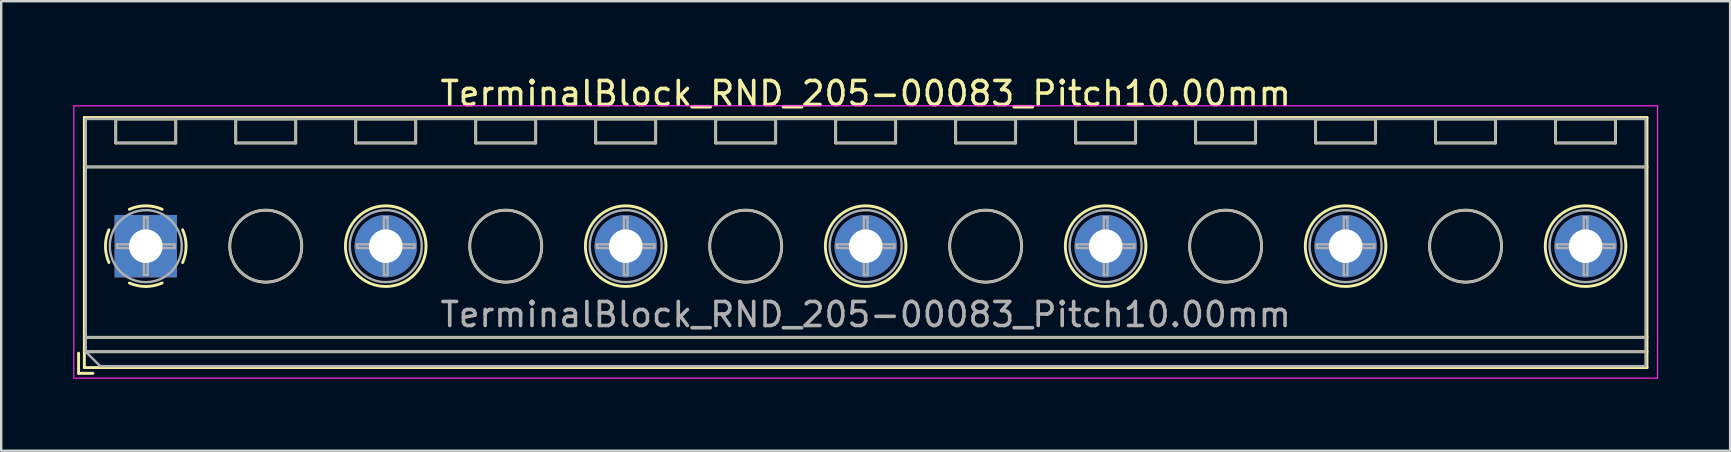
<source format=kicad_pcb>
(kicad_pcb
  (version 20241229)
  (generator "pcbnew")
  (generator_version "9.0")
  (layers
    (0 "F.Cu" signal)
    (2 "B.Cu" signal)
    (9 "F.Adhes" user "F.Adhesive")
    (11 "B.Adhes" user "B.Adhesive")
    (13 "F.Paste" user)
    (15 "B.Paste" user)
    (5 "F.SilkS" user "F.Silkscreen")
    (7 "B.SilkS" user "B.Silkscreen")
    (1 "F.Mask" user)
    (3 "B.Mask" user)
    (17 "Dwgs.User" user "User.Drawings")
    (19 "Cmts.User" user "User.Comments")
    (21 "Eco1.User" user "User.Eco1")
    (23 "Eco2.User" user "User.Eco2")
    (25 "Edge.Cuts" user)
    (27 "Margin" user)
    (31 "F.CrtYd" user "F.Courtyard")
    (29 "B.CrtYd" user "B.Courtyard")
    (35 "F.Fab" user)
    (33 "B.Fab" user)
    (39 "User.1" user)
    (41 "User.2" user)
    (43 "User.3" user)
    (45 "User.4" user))
  (footprint "TerminalBlock_RND_205-00083_Pitch10.00mm"
    (layer "F.Cu")
    (at 3.025 7.208)
    (property "Reference" "TerminalBlock_RND_205-00083_Pitch10.00mm" (at 30 -6.36 0) (layer "F.SilkS") (effects (font (size 1 1) (thickness 0.15))))
    (attr through_hole)
    (fp_line (start -2.8 4.46) (end -2.8 5.3) (stroke (width 0.12) (type solid)) (layer "F.SilkS"))
    (fp_line (start -2.8 5.3) (end -2.2 5.3) (stroke (width 0.12) (type solid)) (layer "F.SilkS"))
    (fp_line (start -2.56 -5.36) (end -2.56 5.06) (stroke (width 0.12) (type solid)) (layer "F.SilkS"))
    (fp_line (start -2.56 -3.3) (end 62.56 -3.3) (stroke (width 0.12) (type solid)) (layer "F.SilkS"))
    (fp_line (start -2.56 3.8) (end 62.56 3.8) (stroke (width 0.12) (type solid)) (layer "F.SilkS"))
    (fp_line (start -2.56 4.4) (end 62.56 4.4) (stroke (width 0.12) (type solid)) (layer "F.SilkS"))
    (fp_line (start -2.56 5.06) (end 62.56 5.06) (stroke (width 0.12) (type solid)) (layer "F.SilkS"))
    (fp_line (start -1.25 -5.301) (end -1.25 -4.301) (stroke (width 0.12) (type solid)) (layer "F.SilkS"))
    (fp_line (start -1.25 -5.301) (end 1.25 -5.301) (stroke (width 0.12) (type solid)) (layer "F.SilkS"))
    (fp_line (start -1.25 -4.301) (end 1.25 -4.301) (stroke (width 0.12) (type solid)) (layer "F.SilkS"))
    (fp_line (start 1.25 -5.301) (end 1.25 -4.301) (stroke (width 0.12) (type solid)) (layer "F.SilkS"))
    (fp_line (start 3.75 -5.301) (end 3.75 -4.301) (stroke (width 0.12) (type solid)) (layer "F.SilkS"))
    (fp_line (start 3.75 -5.301) (end 6.25 -5.301) (stroke (width 0.12) (type solid)) (layer "F.SilkS"))
    (fp_line (start 3.75 -4.301) (end 6.25 -4.301) (stroke (width 0.12) (type solid)) (layer "F.SilkS"))
    (fp_line (start 6.25 -5.301) (end 6.25 -4.301) (stroke (width 0.12) (type solid)) (layer "F.SilkS"))
    (fp_line (start 8.75 -5.301) (end 8.75 -4.301) (stroke (width 0.12) (type solid)) (layer "F.SilkS"))
    (fp_line (start 8.75 -5.301) (end 11.25 -5.301) (stroke (width 0.12) (type solid)) (layer "F.SilkS"))
    (fp_line (start 8.75 -4.301) (end 11.25 -4.301) (stroke (width 0.12) (type solid)) (layer "F.SilkS"))
    (fp_line (start 11.25 -5.301) (end 11.25 -4.301) (stroke (width 0.12) (type solid)) (layer "F.SilkS"))
    (fp_line (start 13.75 -5.301) (end 13.75 -4.301) (stroke (width 0.12) (type solid)) (layer "F.SilkS"))
    (fp_line (start 13.75 -5.301) (end 16.25 -5.301) (stroke (width 0.12) (type solid)) (layer "F.SilkS"))
    (fp_line (start 13.75 -4.301) (end 16.25 -4.301) (stroke (width 0.12) (type solid)) (layer "F.SilkS"))
    (fp_line (start 16.25 -5.301) (end 16.25 -4.301) (stroke (width 0.12) (type solid)) (layer "F.SilkS"))
    (fp_line (start 18.75 -5.301) (end 18.75 -4.301) (stroke (width 0.12) (type solid)) (layer "F.SilkS"))
    (fp_line (start 18.75 -5.301) (end 21.25 -5.301) (stroke (width 0.12) (type solid)) (layer "F.SilkS"))
    (fp_line (start 18.75 -4.301) (end 21.25 -4.301) (stroke (width 0.12) (type solid)) (layer "F.SilkS"))
    (fp_line (start 21.25 -5.301) (end 21.25 -4.301) (stroke (width 0.12) (type solid)) (layer "F.SilkS"))
    (fp_line (start 23.75 -5.301) (end 23.75 -4.301) (stroke (width 0.12) (type solid)) (layer "F.SilkS"))
    (fp_line (start 23.75 -5.301) (end 26.25 -5.301) (stroke (width 0.12) (type solid)) (layer "F.SilkS"))
    (fp_line (start 23.75 -4.301) (end 26.25 -4.301) (stroke (width 0.12) (type solid)) (layer "F.SilkS"))
    (fp_line (start 26.25 -5.301) (end 26.25 -4.301) (stroke (width 0.12) (type solid)) (layer "F.SilkS"))
    (fp_line (start 28.75 -5.301) (end 28.75 -4.301) (stroke (width 0.12) (type solid)) (layer "F.SilkS"))
    (fp_line (start 28.75 -5.301) (end 31.25 -5.301) (stroke (width 0.12) (type solid)) (layer "F.SilkS"))
    (fp_line (start 28.75 -4.301) (end 31.25 -4.301) (stroke (width 0.12) (type solid)) (layer "F.SilkS"))
    (fp_line (start 31.25 -5.301) (end 31.25 -4.301) (stroke (width 0.12) (type solid)) (layer "F.SilkS"))
    (fp_line (start 33.75 -5.301) (end 33.75 -4.301) (stroke (width 0.12) (type solid)) (layer "F.SilkS"))
    (fp_line (start 33.75 -5.301) (end 36.25 -5.301) (stroke (width 0.12) (type solid)) (layer "F.SilkS"))
    (fp_line (start 33.75 -4.301) (end 36.25 -4.301) (stroke (width 0.12) (type solid)) (layer "F.SilkS"))
    (fp_line (start 36.25 -5.301) (end 36.25 -4.301) (stroke (width 0.12) (type solid)) (layer "F.SilkS"))
    (fp_line (start 38.75 -5.301) (end 38.75 -4.301) (stroke (width 0.12) (type solid)) (layer "F.SilkS"))
    (fp_line (start 38.75 -5.301) (end 41.25 -5.301) (stroke (width 0.12) (type solid)) (layer "F.SilkS"))
    (fp_line (start 38.75 -4.301) (end 41.25 -4.301) (stroke (width 0.12) (type solid)) (layer "F.SilkS"))
    (fp_line (start 41.25 -5.301) (end 41.25 -4.301) (stroke (width 0.12) (type solid)) (layer "F.SilkS"))
    (fp_line (start 43.75 -5.301) (end 43.75 -4.301) (stroke (width 0.12) (type solid)) (layer "F.SilkS"))
    (fp_line (start 43.75 -5.301) (end 46.25 -5.301) (stroke (width 0.12) (type solid)) (layer "F.SilkS"))
    (fp_line (start 43.75 -4.301) (end 46.25 -4.301) (stroke (width 0.12) (type solid)) (layer "F.SilkS"))
    (fp_line (start 46.25 -5.301) (end 46.25 -4.301) (stroke (width 0.12) (type solid)) (layer "F.SilkS"))
    (fp_line (start 48.75 -5.301) (end 48.75 -4.301) (stroke (width 0.12) (type solid)) (layer "F.SilkS"))
    (fp_line (start 48.75 -5.301) (end 51.25 -5.301) (stroke (width 0.12) (type solid)) (layer "F.SilkS"))
    (fp_line (start 48.75 -4.301) (end 51.25 -4.301) (stroke (width 0.12) (type solid)) (layer "F.SilkS"))
    (fp_line (start 51.25 -5.301) (end 51.25 -4.301) (stroke (width 0.12) (type solid)) (layer "F.SilkS"))
    (fp_line (start 53.75 -5.301) (end 53.75 -4.301) (stroke (width 0.12) (type solid)) (layer "F.SilkS"))
    (fp_line (start 53.75 -5.301) (end 56.25 -5.301) (stroke (width 0.12) (type solid)) (layer "F.SilkS"))
    (fp_line (start 53.75 -4.301) (end 56.25 -4.301) (stroke (width 0.12) (type solid)) (layer "F.SilkS"))
    (fp_line (start 56.25 -5.301) (end 56.25 -4.301) (stroke (width 0.12) (type solid)) (layer "F.SilkS"))
    (fp_line (start 58.75 -5.301) (end 58.75 -4.301) (stroke (width 0.12) (type solid)) (layer "F.SilkS"))
    (fp_line (start 58.75 -5.301) (end 61.25 -5.301) (stroke (width 0.12) (type solid)) (layer "F.SilkS"))
    (fp_line (start 58.75 -4.301) (end 61.25 -4.301) (stroke (width 0.12) (type solid)) (layer "F.SilkS"))
    (fp_line (start 61.25 -5.301) (end 61.25 -4.301) (stroke (width 0.12) (type solid)) (layer "F.SilkS"))
    (fp_line (start 62.56 -5.36) (end -2.56 -5.36) (stroke (width 0.12) (type solid)) (layer "F.SilkS"))
    (fp_line (start 62.56 5.06) (end 62.56 -5.36) (stroke (width 0.12) (type solid)) (layer "F.SilkS"))
    (fp_arc (start -1.535427 0.683042) (mid -1.680501 -0.000524) (end -1.535 -0.684) (stroke (width 0.12) (type solid)) (layer "F.SilkS"))
    (fp_arc (start -0.683042 -1.535427) (mid 0.000524 -1.680501) (end 0.684 -1.535) (stroke (width 0.12) (type solid)) (layer "F.SilkS"))
    (fp_arc (start 0.028805 1.680253) (mid -0.335551 1.646659) (end -0.684 1.535) (stroke (width 0.12) (type solid)) (layer "F.SilkS"))
    (fp_arc (start 0.683318 1.534756) (mid 0.349292 1.643288) (end 0 1.68) (stroke (width 0.12) (type solid)) (layer "F.SilkS"))
    (fp_arc (start 1.535427 -0.683042) (mid 1.680501 0.000524) (end 1.535 0.684) (stroke (width 0.12) (type solid)) (layer "F.SilkS"))
    (fp_circle (center 5 0) (end 6.5 0) (stroke (width 0.12) (type solid)) (fill no) (layer "F.SilkS"))
    (fp_circle (center 10 0) (end 11.68 0) (stroke (width 0.12) (type solid)) (fill no) (layer "F.SilkS"))
    (fp_circle (center 15 0) (end 16.5 0) (stroke (width 0.12) (type solid)) (fill no) (layer "F.SilkS"))
    (fp_circle (center 20 0) (end 21.68 0) (stroke (width 0.12) (type solid)) (fill no) (layer "F.SilkS"))
    (fp_circle (center 25 0) (end 26.5 0) (stroke (width 0.12) (type solid)) (fill no) (layer "F.SilkS"))
    (fp_circle (center 30 0) (end 31.68 0) (stroke (width 0.12) (type solid)) (fill no) (layer "F.SilkS"))
    (fp_circle (center 35 0) (end 36.5 0) (stroke (width 0.12) (type solid)) (fill no) (layer "F.SilkS"))
    (fp_circle (center 40 0) (end 41.68 0) (stroke (width 0.12) (type solid)) (fill no) (layer "F.SilkS"))
    (fp_circle (center 45 0) (end 46.5 0) (stroke (width 0.12) (type solid)) (fill no) (layer "F.SilkS"))
    (fp_circle (center 50 0) (end 51.68 0) (stroke (width 0.12) (type solid)) (fill no) (layer "F.SilkS"))
    (fp_circle (center 55 0) (end 56.5 0) (stroke (width 0.12) (type solid)) (fill no) (layer "F.SilkS"))
    (fp_circle (center 60 0) (end 61.68 0) (stroke (width 0.12) (type solid)) (fill no) (layer "F.SilkS"))
    (fp_line (start -3 -5.85) (end -3 5.5) (stroke (width 0.05) (type solid)) (layer "F.CrtYd"))
    (fp_line (start -3 5.5) (end 63 5.5) (stroke (width 0.05) (type solid)) (layer "F.CrtYd"))
    (fp_line (start 63 -5.85) (end -3 -5.85) (stroke (width 0.05) (type solid)) (layer "F.CrtYd"))
    (fp_line (start 63 5.5) (end 63 -5.85) (stroke (width 0.05) (type solid)) (layer "F.CrtYd"))
    (fp_line (start -2.5 -5.3) (end 62.5 -5.3) (stroke (width 0.1) (type solid)) (layer "F.Fab"))
    (fp_line (start -2.5 -3.3) (end 62.5 -3.3) (stroke (width 0.1) (type solid)) (layer "F.Fab"))
    (fp_line (start -2.5 3.8) (end 62.5 3.8) (stroke (width 0.1) (type solid)) (layer "F.Fab"))
    (fp_line (start -2.5 4.4) (end -2.5 -5.3) (stroke (width 0.1) (type solid)) (layer "F.Fab"))
    (fp_line (start -2.5 4.4) (end 62.5 4.4) (stroke (width 0.1) (type solid)) (layer "F.Fab"))
    (fp_line (start -1.9 5) (end -2.5 4.4) (stroke (width 0.1) (type solid)) (layer "F.Fab"))
    (fp_line (start -1.25 -5.3) (end -1.25 -4.3) (stroke (width 0.1) (type solid)) (layer "F.Fab"))
    (fp_line (start -1.25 -4.3) (end 1.25 -4.3) (stroke (width 0.1) (type solid)) (layer "F.Fab"))
    (fp_line (start -1.201 -0.076) (end -0.076 -0.076) (stroke (width 0.1) (type solid)) (layer "F.Fab"))
    (fp_line (start -1.201 0.076) (end -1.201 -0.076) (stroke (width 0.1) (type solid)) (layer "F.Fab"))
    (fp_line (start -0.076 -1.201) (end 0.076 -1.201) (stroke (width 0.1) (type solid)) (layer "F.Fab"))
    (fp_line (start -0.076 -0.076) (end -0.076 -1.201) (stroke (width 0.1) (type solid)) (layer "F.Fab"))
    (fp_line (start -0.076 0.076) (end -1.201 0.076) (stroke (width 0.1) (type solid)) (layer "F.Fab"))
    (fp_line (start -0.076 1.201) (end -0.076 0.076) (stroke (width 0.1) (type solid)) (layer "F.Fab"))
    (fp_line (start 0.076 -1.201) (end 0.076 -0.076) (stroke (width 0.1) (type solid)) (layer "F.Fab"))
    (fp_line (start 0.076 -0.076) (end 1.201 -0.076) (stroke (width 0.1) (type solid)) (layer "F.Fab"))
    (fp_line (start 0.076 0.076) (end 0.076 1.201) (stroke (width 0.1) (type solid)) (layer "F.Fab"))
    (fp_line (start 0.076 1.201) (end -0.076 1.201) (stroke (width 0.1) (type solid)) (layer "F.Fab"))
    (fp_line (start 1.201 -0.076) (end 1.201 0.076) (stroke (width 0.1) (type solid)) (layer "F.Fab"))
    (fp_line (start 1.201 0.076) (end 0.076 0.076) (stroke (width 0.1) (type solid)) (layer "F.Fab"))
    (fp_line (start 1.25 -5.3) (end -1.25 -5.3) (stroke (width 0.1) (type solid)) (layer "F.Fab"))
    (fp_line (start 1.25 -4.3) (end 1.25 -5.3) (stroke (width 0.1) (type solid)) (layer "F.Fab"))
    (fp_line (start 3.75 -5.3) (end 3.75 -4.3) (stroke (width 0.1) (type solid)) (layer "F.Fab"))
    (fp_line (start 3.75 -4.3) (end 6.25 -4.3) (stroke (width 0.1) (type solid)) (layer "F.Fab"))
    (fp_line (start 6.25 -5.3) (end 3.75 -5.3) (stroke (width 0.1) (type solid)) (layer "F.Fab"))
    (fp_line (start 6.25 -4.3) (end 6.25 -5.3) (stroke (width 0.1) (type solid)) (layer "F.Fab"))
    (fp_line (start 8.75 -5.3) (end 8.75 -4.3) (stroke (width 0.1) (type solid)) (layer "F.Fab"))
    (fp_line (start 8.75 -4.3) (end 11.25 -4.3) (stroke (width 0.1) (type solid)) (layer "F.Fab"))
    (fp_line (start 8.799 -0.076) (end 9.924 -0.076) (stroke (width 0.1) (type solid)) (layer "F.Fab"))
    (fp_line (start 8.799 0.076) (end 8.799 -0.076) (stroke (width 0.1) (type solid)) (layer "F.Fab"))
    (fp_line (start 9.924 -1.201) (end 10.076 -1.201) (stroke (width 0.1) (type solid)) (layer "F.Fab"))
    (fp_line (start 9.924 -0.076) (end 9.924 -1.201) (stroke (width 0.1) (type solid)) (layer "F.Fab"))
    (fp_line (start 9.924 0.076) (end 8.799 0.076) (stroke (width 0.1) (type solid)) (layer "F.Fab"))
    (fp_line (start 9.924 1.201) (end 9.924 0.076) (stroke (width 0.1) (type solid)) (layer "F.Fab"))
    (fp_line (start 10.076 -1.201) (end 10.076 -0.076) (stroke (width 0.1) (type solid)) (layer "F.Fab"))
    (fp_line (start 10.076 -0.076) (end 11.201 -0.076) (stroke (width 0.1) (type solid)) (layer "F.Fab"))
    (fp_line (start 10.076 0.076) (end 10.076 1.201) (stroke (width 0.1) (type solid)) (layer "F.Fab"))
    (fp_line (start 10.076 1.201) (end 9.924 1.201) (stroke (width 0.1) (type solid)) (layer "F.Fab"))
    (fp_line (start 11.201 -0.076) (end 11.201 0.076) (stroke (width 0.1) (type solid)) (layer "F.Fab"))
    (fp_line (start 11.201 0.076) (end 10.076 0.076) (stroke (width 0.1) (type solid)) (layer "F.Fab"))
    (fp_line (start 11.25 -5.3) (end 8.75 -5.3) (stroke (width 0.1) (type solid)) (layer "F.Fab"))
    (fp_line (start 11.25 -4.3) (end 11.25 -5.3) (stroke (width 0.1) (type solid)) (layer "F.Fab"))
    (fp_line (start 13.75 -5.3) (end 13.75 -4.3) (stroke (width 0.1) (type solid)) (layer "F.Fab"))
    (fp_line (start 13.75 -4.3) (end 16.25 -4.3) (stroke (width 0.1) (type solid)) (layer "F.Fab"))
    (fp_line (start 16.25 -5.3) (end 13.75 -5.3) (stroke (width 0.1) (type solid)) (layer "F.Fab"))
    (fp_line (start 16.25 -4.3) (end 16.25 -5.3) (stroke (width 0.1) (type solid)) (layer "F.Fab"))
    (fp_line (start 18.75 -5.3) (end 18.75 -4.3) (stroke (width 0.1) (type solid)) (layer "F.Fab"))
    (fp_line (start 18.75 -4.3) (end 21.25 -4.3) (stroke (width 0.1) (type solid)) (layer "F.Fab"))
    (fp_line (start 18.799 -0.076) (end 19.924 -0.076) (stroke (width 0.1) (type solid)) (layer "F.Fab"))
    (fp_line (start 18.799 0.076) (end 18.799 -0.076) (stroke (width 0.1) (type solid)) (layer "F.Fab"))
    (fp_line (start 19.924 -1.201) (end 20.076 -1.201) (stroke (width 0.1) (type solid)) (layer "F.Fab"))
    (fp_line (start 19.924 -0.076) (end 19.924 -1.201) (stroke (width 0.1) (type solid)) (layer "F.Fab"))
    (fp_line (start 19.924 0.076) (end 18.799 0.076) (stroke (width 0.1) (type solid)) (layer "F.Fab"))
    (fp_line (start 19.924 1.201) (end 19.924 0.076) (stroke (width 0.1) (type solid)) (layer "F.Fab"))
    (fp_line (start 20.076 -1.201) (end 20.076 -0.076) (stroke (width 0.1) (type solid)) (layer "F.Fab"))
    (fp_line (start 20.076 -0.076) (end 21.201 -0.076) (stroke (width 0.1) (type solid)) (layer "F.Fab"))
    (fp_line (start 20.076 0.076) (end 20.076 1.201) (stroke (width 0.1) (type solid)) (layer "F.Fab"))
    (fp_line (start 20.076 1.201) (end 19.924 1.201) (stroke (width 0.1) (type solid)) (layer "F.Fab"))
    (fp_line (start 21.201 -0.076) (end 21.201 0.076) (stroke (width 0.1) (type solid)) (layer "F.Fab"))
    (fp_line (start 21.201 0.076) (end 20.076 0.076) (stroke (width 0.1) (type solid)) (layer "F.Fab"))
    (fp_line (start 21.25 -5.3) (end 18.75 -5.3) (stroke (width 0.1) (type solid)) (layer "F.Fab"))
    (fp_line (start 21.25 -4.3) (end 21.25 -5.3) (stroke (width 0.1) (type solid)) (layer "F.Fab"))
    (fp_line (start 23.75 -5.3) (end 23.75 -4.3) (stroke (width 0.1) (type solid)) (layer "F.Fab"))
    (fp_line (start 23.75 -4.3) (end 26.25 -4.3) (stroke (width 0.1) (type solid)) (layer "F.Fab"))
    (fp_line (start 26.25 -5.3) (end 23.75 -5.3) (stroke (width 0.1) (type solid)) (layer "F.Fab"))
    (fp_line (start 26.25 -4.3) (end 26.25 -5.3) (stroke (width 0.1) (type solid)) (layer "F.Fab"))
    (fp_line (start 28.75 -5.3) (end 28.75 -4.3) (stroke (width 0.1) (type solid)) (layer "F.Fab"))
    (fp_line (start 28.75 -4.3) (end 31.25 -4.3) (stroke (width 0.1) (type solid)) (layer "F.Fab"))
    (fp_line (start 28.799 -0.076) (end 29.924 -0.076) (stroke (width 0.1) (type solid)) (layer "F.Fab"))
    (fp_line (start 28.799 0.076) (end 28.799 -0.076) (stroke (width 0.1) (type solid)) (layer "F.Fab"))
    (fp_line (start 29.924 -1.201) (end 30.076 -1.201) (stroke (width 0.1) (type solid)) (layer "F.Fab"))
    (fp_line (start 29.924 -0.076) (end 29.924 -1.201) (stroke (width 0.1) (type solid)) (layer "F.Fab"))
    (fp_line (start 29.924 0.076) (end 28.799 0.076) (stroke (width 0.1) (type solid)) (layer "F.Fab"))
    (fp_line (start 29.924 1.201) (end 29.924 0.076) (stroke (width 0.1) (type solid)) (layer "F.Fab"))
    (fp_line (start 30.076 -1.201) (end 30.076 -0.076) (stroke (width 0.1) (type solid)) (layer "F.Fab"))
    (fp_line (start 30.076 -0.076) (end 31.201 -0.076) (stroke (width 0.1) (type solid)) (layer "F.Fab"))
    (fp_line (start 30.076 0.076) (end 30.076 1.201) (stroke (width 0.1) (type solid)) (layer "F.Fab"))
    (fp_line (start 30.076 1.201) (end 29.924 1.201) (stroke (width 0.1) (type solid)) (layer "F.Fab"))
    (fp_line (start 31.201 -0.076) (end 31.201 0.076) (stroke (width 0.1) (type solid)) (layer "F.Fab"))
    (fp_line (start 31.201 0.076) (end 30.076 0.076) (stroke (width 0.1) (type solid)) (layer "F.Fab"))
    (fp_line (start 31.25 -5.3) (end 28.75 -5.3) (stroke (width 0.1) (type solid)) (layer "F.Fab"))
    (fp_line (start 31.25 -4.3) (end 31.25 -5.3) (stroke (width 0.1) (type solid)) (layer "F.Fab"))
    (fp_line (start 33.75 -5.3) (end 33.75 -4.3) (stroke (width 0.1) (type solid)) (layer "F.Fab"))
    (fp_line (start 33.75 -4.3) (end 36.25 -4.3) (stroke (width 0.1) (type solid)) (layer "F.Fab"))
    (fp_line (start 36.25 -5.3) (end 33.75 -5.3) (stroke (width 0.1) (type solid)) (layer "F.Fab"))
    (fp_line (start 36.25 -4.3) (end 36.25 -5.3) (stroke (width 0.1) (type solid)) (layer "F.Fab"))
    (fp_line (start 38.75 -5.3) (end 38.75 -4.3) (stroke (width 0.1) (type solid)) (layer "F.Fab"))
    (fp_line (start 38.75 -4.3) (end 41.25 -4.3) (stroke (width 0.1) (type solid)) (layer "F.Fab"))
    (fp_line (start 38.799 -0.076) (end 39.924 -0.076) (stroke (width 0.1) (type solid)) (layer "F.Fab"))
    (fp_line (start 38.799 0.076) (end 38.799 -0.076) (stroke (width 0.1) (type solid)) (layer "F.Fab"))
    (fp_line (start 39.924 -1.201) (end 40.076 -1.201) (stroke (width 0.1) (type solid)) (layer "F.Fab"))
    (fp_line (start 39.924 -0.076) (end 39.924 -1.201) (stroke (width 0.1) (type solid)) (layer "F.Fab"))
    (fp_line (start 39.924 0.076) (end 38.799 0.076) (stroke (width 0.1) (type solid)) (layer "F.Fab"))
    (fp_line (start 39.924 1.201) (end 39.924 0.076) (stroke (width 0.1) (type solid)) (layer "F.Fab"))
    (fp_line (start 40.076 -1.201) (end 40.076 -0.076) (stroke (width 0.1) (type solid)) (layer "F.Fab"))
    (fp_line (start 40.076 -0.076) (end 41.201 -0.076) (stroke (width 0.1) (type solid)) (layer "F.Fab"))
    (fp_line (start 40.076 0.076) (end 40.076 1.201) (stroke (width 0.1) (type solid)) (layer "F.Fab"))
    (fp_line (start 40.076 1.201) (end 39.924 1.201) (stroke (width 0.1) (type solid)) (layer "F.Fab"))
    (fp_line (start 41.201 -0.076) (end 41.201 0.076) (stroke (width 0.1) (type solid)) (layer "F.Fab"))
    (fp_line (start 41.201 0.076) (end 40.076 0.076) (stroke (width 0.1) (type solid)) (layer "F.Fab"))
    (fp_line (start 41.25 -5.3) (end 38.75 -5.3) (stroke (width 0.1) (type solid)) (layer "F.Fab"))
    (fp_line (start 41.25 -4.3) (end 41.25 -5.3) (stroke (width 0.1) (type solid)) (layer "F.Fab"))
    (fp_line (start 43.75 -5.3) (end 43.75 -4.3) (stroke (width 0.1) (type solid)) (layer "F.Fab"))
    (fp_line (start 43.75 -4.3) (end 46.25 -4.3) (stroke (width 0.1) (type solid)) (layer "F.Fab"))
    (fp_line (start 46.25 -5.3) (end 43.75 -5.3) (stroke (width 0.1) (type solid)) (layer "F.Fab"))
    (fp_line (start 46.25 -4.3) (end 46.25 -5.3) (stroke (width 0.1) (type solid)) (layer "F.Fab"))
    (fp_line (start 48.75 -5.3) (end 48.75 -4.3) (stroke (width 0.1) (type solid)) (layer "F.Fab"))
    (fp_line (start 48.75 -4.3) (end 51.25 -4.3) (stroke (width 0.1) (type solid)) (layer "F.Fab"))
    (fp_line (start 48.799 -0.076) (end 49.924 -0.076) (stroke (width 0.1) (type solid)) (layer "F.Fab"))
    (fp_line (start 48.799 0.076) (end 48.799 -0.076) (stroke (width 0.1) (type solid)) (layer "F.Fab"))
    (fp_line (start 49.924 -1.201) (end 50.076 -1.201) (stroke (width 0.1) (type solid)) (layer "F.Fab"))
    (fp_line (start 49.924 -0.076) (end 49.924 -1.201) (stroke (width 0.1) (type solid)) (layer "F.Fab"))
    (fp_line (start 49.924 0.076) (end 48.799 0.076) (stroke (width 0.1) (type solid)) (layer "F.Fab"))
    (fp_line (start 49.924 1.201) (end 49.924 0.076) (stroke (width 0.1) (type solid)) (layer "F.Fab"))
    (fp_line (start 50.076 -1.201) (end 50.076 -0.076) (stroke (width 0.1) (type solid)) (layer "F.Fab"))
    (fp_line (start 50.076 -0.076) (end 51.201 -0.076) (stroke (width 0.1) (type solid)) (layer "F.Fab"))
    (fp_line (start 50.076 0.076) (end 50.076 1.201) (stroke (width 0.1) (type solid)) (layer "F.Fab"))
    (fp_line (start 50.076 1.201) (end 49.924 1.201) (stroke (width 0.1) (type solid)) (layer "F.Fab"))
    (fp_line (start 51.201 -0.076) (end 51.201 0.076) (stroke (width 0.1) (type solid)) (layer "F.Fab"))
    (fp_line (start 51.201 0.076) (end 50.076 0.076) (stroke (width 0.1) (type solid)) (layer "F.Fab"))
    (fp_line (start 51.25 -5.3) (end 48.75 -5.3) (stroke (width 0.1) (type solid)) (layer "F.Fab"))
    (fp_line (start 51.25 -4.3) (end 51.25 -5.3) (stroke (width 0.1) (type solid)) (layer "F.Fab"))
    (fp_line (start 53.75 -5.3) (end 53.75 -4.3) (stroke (width 0.1) (type solid)) (layer "F.Fab"))
    (fp_line (start 53.75 -4.3) (end 56.25 -4.3) (stroke (width 0.1) (type solid)) (layer "F.Fab"))
    (fp_line (start 56.25 -5.3) (end 53.75 -5.3) (stroke (width 0.1) (type solid)) (layer "F.Fab"))
    (fp_line (start 56.25 -4.3) (end 56.25 -5.3) (stroke (width 0.1) (type solid)) (layer "F.Fab"))
    (fp_line (start 58.75 -5.3) (end 58.75 -4.3) (stroke (width 0.1) (type solid)) (layer "F.Fab"))
    (fp_line (start 58.75 -4.3) (end 61.25 -4.3) (stroke (width 0.1) (type solid)) (layer "F.Fab"))
    (fp_line (start 58.799 -0.076) (end 59.924 -0.076) (stroke (width 0.1) (type solid)) (layer "F.Fab"))
    (fp_line (start 58.799 0.076) (end 58.799 -0.076) (stroke (width 0.1) (type solid)) (layer "F.Fab"))
    (fp_line (start 59.924 -1.201) (end 60.076 -1.201) (stroke (width 0.1) (type solid)) (layer "F.Fab"))
    (fp_line (start 59.924 -0.076) (end 59.924 -1.201) (stroke (width 0.1) (type solid)) (layer "F.Fab"))
    (fp_line (start 59.924 0.076) (end 58.799 0.076) (stroke (width 0.1) (type solid)) (layer "F.Fab"))
    (fp_line (start 59.924 1.201) (end 59.924 0.076) (stroke (width 0.1) (type solid)) (layer "F.Fab"))
    (fp_line (start 60.076 -1.201) (end 60.076 -0.076) (stroke (width 0.1) (type solid)) (layer "F.Fab"))
    (fp_line (start 60.076 -0.076) (end 61.201 -0.076) (stroke (width 0.1) (type solid)) (layer "F.Fab"))
    (fp_line (start 60.076 0.076) (end 60.076 1.201) (stroke (width 0.1) (type solid)) (layer "F.Fab"))
    (fp_line (start 60.076 1.201) (end 59.924 1.201) (stroke (width 0.1) (type solid)) (layer "F.Fab"))
    (fp_line (start 61.201 -0.076) (end 61.201 0.076) (stroke (width 0.1) (type solid)) (layer "F.Fab"))
    (fp_line (start 61.201 0.076) (end 60.076 0.076) (stroke (width 0.1) (type solid)) (layer "F.Fab"))
    (fp_line (start 61.25 -5.3) (end 58.75 -5.3) (stroke (width 0.1) (type solid)) (layer "F.Fab"))
    (fp_line (start 61.25 -4.3) (end 61.25 -5.3) (stroke (width 0.1) (type solid)) (layer "F.Fab"))
    (fp_line (start 62.5 -5.3) (end 62.5 5) (stroke (width 0.1) (type solid)) (layer "F.Fab"))
    (fp_line (start 62.5 5) (end -1.9 5) (stroke (width 0.1) (type solid)) (layer "F.Fab"))
    (fp_circle (center 0 0) (end 1.5 0) (stroke (width 0.1) (type solid)) (fill no) (layer "F.Fab"))
    (fp_circle (center 5 0) (end 6.5 0) (stroke (width 0.1) (type solid)) (fill no) (layer "F.Fab"))
    (fp_circle (center 10 0) (end 11.5 0) (stroke (width 0.1) (type solid)) (fill no) (layer "F.Fab"))
    (fp_circle (center 15 0) (end 16.5 0) (stroke (width 0.1) (type solid)) (fill no) (layer "F.Fab"))
    (fp_circle (center 20 0) (end 21.5 0) (stroke (width 0.1) (type solid)) (fill no) (layer "F.Fab"))
    (fp_circle (center 25 0) (end 26.5 0) (stroke (width 0.1) (type solid)) (fill no) (layer "F.Fab"))
    (fp_circle (center 30 0) (end 31.5 0) (stroke (width 0.1) (type solid)) (fill no) (layer "F.Fab"))
    (fp_circle (center 35 0) (end 36.5 0) (stroke (width 0.1) (type solid)) (fill no) (layer "F.Fab"))
    (fp_circle (center 40 0) (end 41.5 0) (stroke (width 0.1) (type solid)) (fill no) (layer "F.Fab"))
    (fp_circle (center 45 0) (end 46.5 0) (stroke (width 0.1) (type solid)) (fill no) (layer "F.Fab"))
    (fp_circle (center 50 0) (end 51.5 0) (stroke (width 0.1) (type solid)) (fill no) (layer "F.Fab"))
    (fp_circle (center 55 0) (end 56.5 0) (stroke (width 0.1) (type solid)) (fill no) (layer "F.Fab"))
    (fp_circle (center 60 0) (end 61.5 0) (stroke (width 0.1) (type solid)) (fill no) (layer "F.Fab"))
    (fp_text user "${REFERENCE}" (at 30 2.85 0) (layer "F.Fab") (effects (font (size 1 1) (thickness 0.15))))
    (pad "1" thru_hole rect (at 0 0) (size 2.6 2.6) (drill 1.4) (layers "*.Cu" "*.Mask"))
    (pad "2" thru_hole oval (at 10 0) (size 2.6 2.6) (drill 1.4) (layers "*.Cu" "*.Mask"))
    (pad "3" thru_hole oval (at 20 0) (size 2.6 2.6) (drill 1.4) (layers "*.Cu" "*.Mask"))
    (pad "4" thru_hole oval (at 30 0) (size 2.6 2.6) (drill 1.4) (layers "*.Cu" "*.Mask"))
    (pad "5" thru_hole oval (at 40 0) (size 2.6 2.6) (drill 1.4) (layers "*.Cu" "*.Mask"))
    (pad "6" thru_hole oval (at 50 0) (size 2.6 2.6) (drill 1.4) (layers "*.Cu" "*.Mask"))
    (pad "7" thru_hole oval (at 60 0) (size 2.6 2.6) (drill 1.4) (layers "*.Cu" "*.Mask")))
  (gr_rect
    (start -3 -3)
    (end 69.05 15.733)
    (stroke (width 0.1) (type default))
    (fill no)
    (layer "Edge.Cuts")))
</source>
